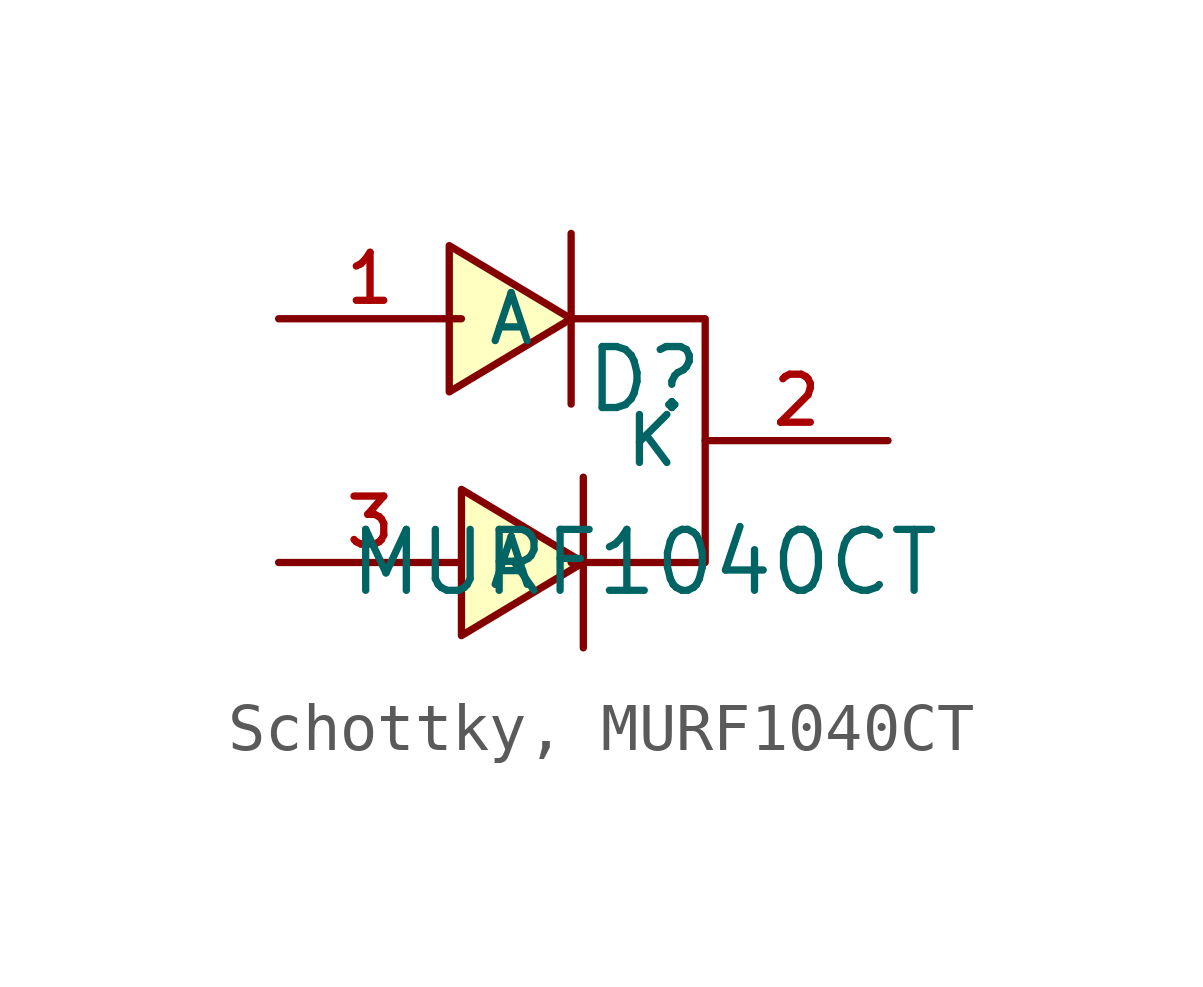
<source format=kicad_sym>
(kicad_symbol_lib
  (version 20231120)
  (generator "CDFER_Archive_Tool")
  (generator_version "0.0")
  (symbol "Schottky, MURF1040CT"
    (property "Reference" "D"
      (at 0 1.27 0)
      (effects (font (size 1.27 1.27))))
    (property "Value" "MURF1040CT"
      (at 0 -2.54 0)
      (effects (font (size 1.27 1.27))))
    (symbol "Schottky, MURF1040CT_0_1"
      (polyline (pts (xy -4.064 1.016) (xy -1.524 2.54) (xy -4.064 4.064) (xy -4.064 1.016)) (stroke (width 0) (type default)) (fill (type background)))
      (polyline (pts (xy -3.81 -4.064) (xy -1.27 -2.54) (xy -3.81 -1.016) (xy -3.81 -4.064)) (stroke (width 0) (type default)) (fill (type background)))
      (polyline (pts (xy -1.524 -2.54) (xy 1.27 -2.54) (xy 1.27 2.54) (xy -1.524 2.54)) (stroke (width 0) (type default)) (fill (type none)))
      (polyline (pts (xy -1.524 0.762) (xy -1.524 0.762) (xy -1.524 0.762) (xy -1.524 4.318) (xy -1.524 4.318) (xy -1.524 4.318)) (stroke (width 0) (type default)) (fill (type none)))
      (polyline (pts (xy -1.27 -4.318) (xy -1.27 -4.318) (xy -1.27 -4.318) (xy -1.27 -0.762) (xy -1.27 -0.762) (xy -1.27 -0.762)) (stroke (width 0) (type default)) (fill (type none)))
      (pin unspecified line (at -7.62 2.54 0) (length 3.81) (name "A" (effects (font (size 1 1)))) (number "1" (effects (font (size 1 1)))))
      (pin unspecified line (at 5.08 0 180) (length 3.81) (name "K" (effects (font (size 1 1)))) (number "2" (effects (font (size 1 1)))))
      (pin unspecified line (at -7.62 -2.54 0) (length 3.81) (name "A" (effects (font (size 1 1)))) (number "3" (effects (font (size 1 1))))))))
</source>
